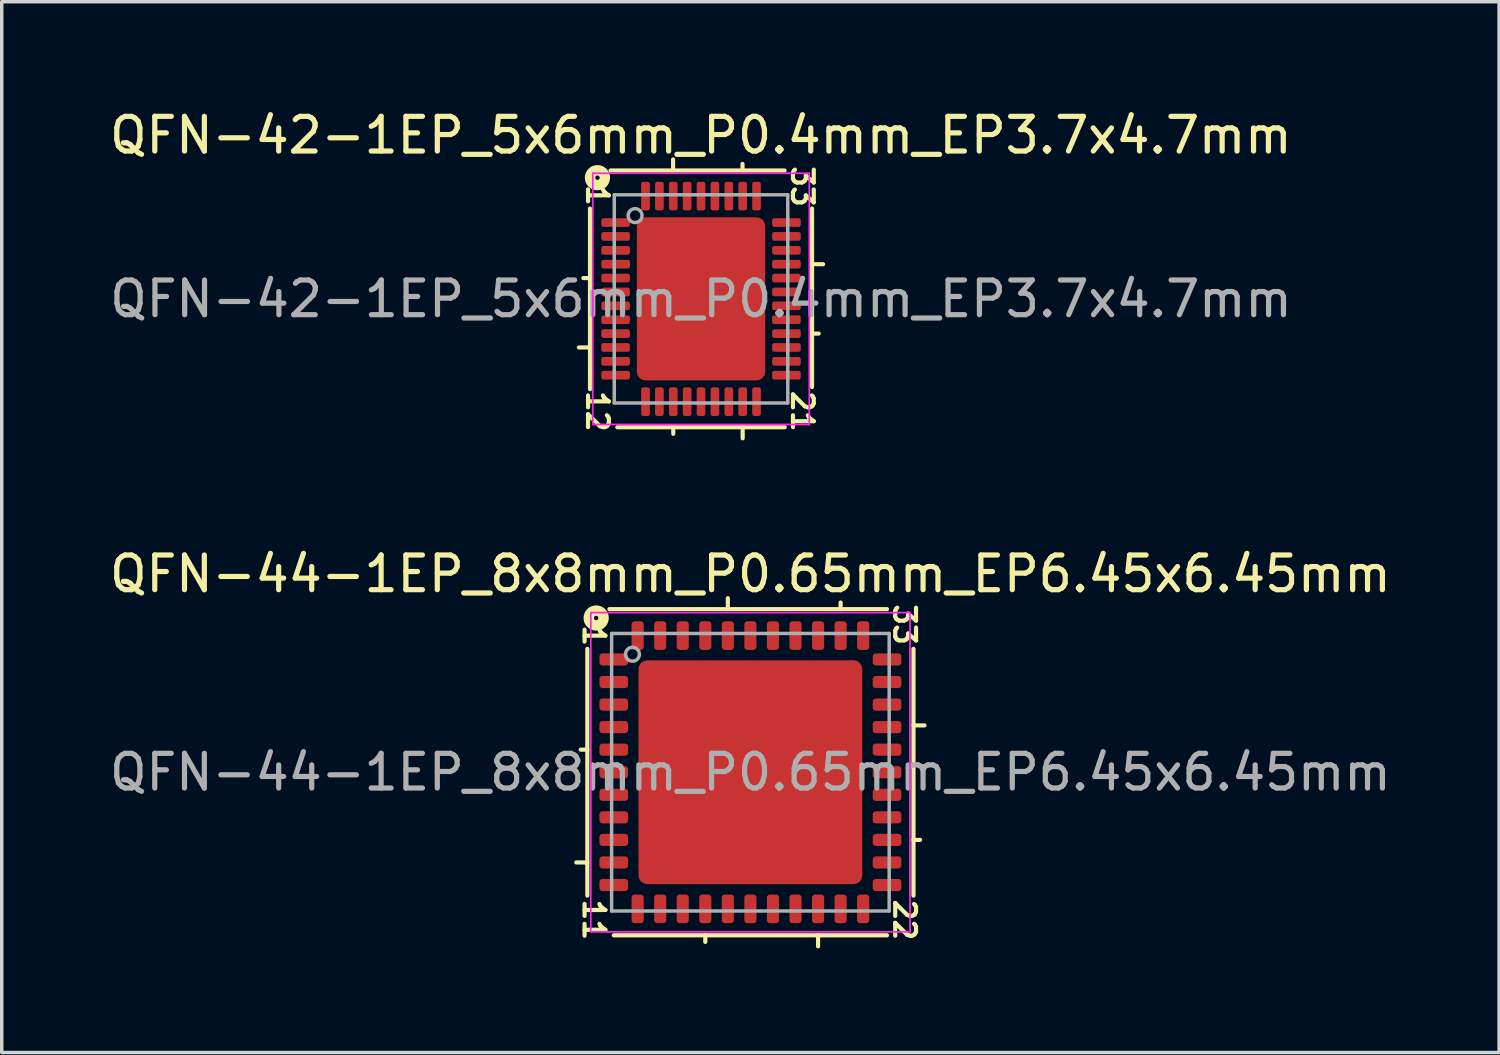
<source format=kicad_pcb>
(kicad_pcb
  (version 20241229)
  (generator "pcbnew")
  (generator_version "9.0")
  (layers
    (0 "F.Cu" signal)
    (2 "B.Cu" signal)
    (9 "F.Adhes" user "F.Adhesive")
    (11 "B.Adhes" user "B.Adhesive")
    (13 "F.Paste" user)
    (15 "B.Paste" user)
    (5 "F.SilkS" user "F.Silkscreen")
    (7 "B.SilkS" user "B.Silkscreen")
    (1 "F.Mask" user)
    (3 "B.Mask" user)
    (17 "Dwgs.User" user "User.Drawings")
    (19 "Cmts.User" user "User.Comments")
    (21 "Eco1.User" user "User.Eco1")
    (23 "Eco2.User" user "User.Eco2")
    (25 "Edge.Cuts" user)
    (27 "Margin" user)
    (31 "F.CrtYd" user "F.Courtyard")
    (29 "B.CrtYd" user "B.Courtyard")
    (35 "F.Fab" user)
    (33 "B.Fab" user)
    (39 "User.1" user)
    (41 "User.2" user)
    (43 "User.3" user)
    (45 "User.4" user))
  (footprint "QFN-42-1EP_5x6mm_P0.4mm_EP3.7x4.7mm"
    (layer "F.Cu")
    (at 17.154 5.564)
    (property "Reference" "QFN-42-1EP_5x6mm_P0.4mm_EP3.7x4.7mm" (at -0.005 -4.716 0) (layer "F.SilkS") (effects (font (size 1 1) (thickness 0.15))))
    (attr smd)
    (fp_line (start -3.2 -2.603) (end -3.2 2.603) (stroke (width 0.12) (type solid)) (layer "F.SilkS"))
    (fp_line (start -3.2 -0.6) (end -3.39 -0.6) (stroke (width 0.12) (type solid)) (layer "F.SilkS"))
    (fp_line (start -3.2 1.4) (end -3.518 1.4) (stroke (width 0.12) (type solid)) (layer "F.SilkS"))
    (fp_line (start -2.413 3.7) (end 2.413 3.7) (stroke (width 0.12) (type solid)) (layer "F.SilkS"))
    (fp_line (start -0.805 -4.018) (end -0.805 -3.7) (stroke (width 0.12) (type solid)) (layer "F.SilkS"))
    (fp_line (start -0.8 3.7) (end -0.8 3.89) (stroke (width 0.12) (type solid)) (layer "F.SilkS"))
    (fp_line (start 1.195 -3.89) (end 1.195 -3.7) (stroke (width 0.12) (type solid)) (layer "F.SilkS"))
    (fp_line (start 1.2 3.7) (end 1.2 4.018) (stroke (width 0.12) (type solid)) (layer "F.SilkS"))
    (fp_line (start 2.408 -3.7) (end -2.608 -3.7) (stroke (width 0.12) (type solid)) (layer "F.SilkS"))
    (fp_line (start 3.2 -1) (end 3.518 -1) (stroke (width 0.12) (type solid)) (layer "F.SilkS"))
    (fp_line (start 3.2 1) (end 3.39 1) (stroke (width 0.12) (type solid)) (layer "F.SilkS"))
    (fp_line (start 3.2 2.54) (end 3.2 -2.603) (stroke (width 0.12) (type solid)) (layer "F.SilkS"))
    (fp_circle (center -2.985 -3.493) (end -2.921 -3.493) (stroke (width 0.3) (type solid)) (fill no) (layer "F.SilkS"))
    (fp_line (start -3.12 -3.62) (end -3.12 3.62) (stroke (width 0.05) (type solid)) (layer "F.CrtYd"))
    (fp_line (start -3.12 3.62) (end 3.12 3.62) (stroke (width 0.05) (type solid)) (layer "F.CrtYd"))
    (fp_line (start 3.12 -3.62) (end -3.12 -3.62) (stroke (width 0.05) (type solid)) (layer "F.CrtYd"))
    (fp_line (start 3.12 3.62) (end 3.12 -3.62) (stroke (width 0.05) (type solid)) (layer "F.CrtYd"))
    (fp_line (start -2.5 -3) (end 2.5 -3) (stroke (width 0.1) (type solid)) (layer "F.Fab"))
    (fp_line (start -2.5 3) (end -2.5 -3) (stroke (width 0.1) (type solid)) (layer "F.Fab"))
    (fp_line (start 2.5 -3) (end 2.5 3) (stroke (width 0.1) (type solid)) (layer "F.Fab"))
    (fp_line (start 2.5 3) (end -2.5 3) (stroke (width 0.1) (type solid)) (layer "F.Fab"))
    (fp_circle (center -1.9 -2.4) (end -1.7 -2.4) (stroke (width 0.1) (type solid)) (fill no) (layer "F.Fab"))
    (fp_text user "1" (at -2.985 -2.985 270) (unlocked yes) (layer "F.SilkS") (effects (font (size 0.6 0.6) (thickness 0.12))))
    (fp_text user "33" (at 2.921 -3.239 270) (unlocked yes) (layer "F.SilkS") (effects (font (size 0.6 0.6) (thickness 0.12))))
    (fp_text user "21" (at 2.921 3.239 270) (unlocked yes) (layer "F.SilkS") (effects (font (size 0.6 0.6) (thickness 0.12))))
    (fp_text user "12" (at -2.985 3.239 270) (unlocked yes) (layer "F.SilkS") (effects (font (size 0.6 0.6) (thickness 0.12))))
    (fp_text user "${REFERENCE}" (at 0 0 0) (layer "F.Fab") (effects (font (size 1 1) (thickness 0.15))))
    (pad "" smd roundrect (at -1.23 -1.77) (size 0.99 0.95) (layers "F.Paste") (roundrect_rratio 0.25))
    (pad "" smd roundrect (at -1.23 -0.59) (size 0.99 0.95) (layers "F.Paste") (roundrect_rratio 0.25))
    (pad "" smd roundrect (at -1.23 0.59) (size 0.99 0.95) (layers "F.Paste") (roundrect_rratio 0.25))
    (pad "" smd roundrect (at -1.23 1.77) (size 0.99 0.95) (layers "F.Paste") (roundrect_rratio 0.25))
    (pad "" smd roundrect (at 0 -1.77) (size 0.99 0.95) (layers "F.Paste") (roundrect_rratio 0.25))
    (pad "" smd roundrect (at 0 -0.59) (size 0.99 0.95) (layers "F.Paste") (roundrect_rratio 0.25))
    (pad "" smd roundrect (at 0 0.59) (size 0.99 0.95) (layers "F.Paste") (roundrect_rratio 0.25))
    (pad "" smd roundrect (at 0 1.77) (size 0.99 0.95) (layers "F.Paste") (roundrect_rratio 0.25))
    (pad "" smd roundrect (at 1.23 -1.77) (size 0.99 0.95) (layers "F.Paste") (roundrect_rratio 0.25))
    (pad "" smd roundrect (at 1.23 -0.59) (size 0.99 0.95) (layers "F.Paste") (roundrect_rratio 0.25))
    (pad "" smd roundrect (at 1.23 0.59) (size 0.99 0.95) (layers "F.Paste") (roundrect_rratio 0.25))
    (pad "" smd roundrect (at 1.23 1.77) (size 0.99 0.95) (layers "F.Paste") (roundrect_rratio 0.25))
    (pad "1" smd roundrect (at -2.462 -2.2) (size 0.825 0.25) (layers "F.Cu" "F.Mask" "F.Paste") (roundrect_rratio 0.25))
    (pad "2" smd roundrect (at -2.462 -1.8) (size 0.825 0.25) (layers "F.Cu" "F.Mask" "F.Paste") (roundrect_rratio 0.25))
    (pad "3" smd roundrect (at -2.462 -1.4) (size 0.825 0.25) (layers "F.Cu" "F.Mask" "F.Paste") (roundrect_rratio 0.25))
    (pad "4" smd roundrect (at -2.462 -1) (size 0.825 0.25) (layers "F.Cu" "F.Mask" "F.Paste") (roundrect_rratio 0.25))
    (pad "5" smd roundrect (at -2.462 -0.6) (size 0.825 0.25) (layers "F.Cu" "F.Mask" "F.Paste") (roundrect_rratio 0.25))
    (pad "6" smd roundrect (at -2.462 -0.2) (size 0.825 0.25) (layers "F.Cu" "F.Mask" "F.Paste") (roundrect_rratio 0.25))
    (pad "7" smd roundrect (at -2.462 0.2) (size 0.825 0.25) (layers "F.Cu" "F.Mask" "F.Paste") (roundrect_rratio 0.25))
    (pad "8" smd roundrect (at -2.462 0.6) (size 0.825 0.25) (layers "F.Cu" "F.Mask" "F.Paste") (roundrect_rratio 0.25))
    (pad "9" smd roundrect (at -2.462 1) (size 0.825 0.25) (layers "F.Cu" "F.Mask" "F.Paste") (roundrect_rratio 0.25))
    (pad "10" smd roundrect (at -2.462 1.4) (size 0.825 0.25) (layers "F.Cu" "F.Mask" "F.Paste") (roundrect_rratio 0.25))
    (pad "11" smd roundrect (at -2.462 1.8) (size 0.825 0.25) (layers "F.Cu" "F.Mask" "F.Paste") (roundrect_rratio 0.25))
    (pad "12" smd roundrect (at -2.462 2.2) (size 0.825 0.25) (layers "F.Cu" "F.Mask" "F.Paste") (roundrect_rratio 0.25))
    (pad "13" smd roundrect (at -1.6 2.962) (size 0.25 0.825) (layers "F.Cu" "F.Mask" "F.Paste") (roundrect_rratio 0.25))
    (pad "14" smd roundrect (at -1.2 2.962) (size 0.25 0.825) (layers "F.Cu" "F.Mask" "F.Paste") (roundrect_rratio 0.25))
    (pad "15" smd roundrect (at -0.8 2.962) (size 0.25 0.825) (layers "F.Cu" "F.Mask" "F.Paste") (roundrect_rratio 0.25))
    (pad "16" smd roundrect (at -0.4 2.962) (size 0.25 0.825) (layers "F.Cu" "F.Mask" "F.Paste") (roundrect_rratio 0.25))
    (pad "17" smd roundrect (at 0 2.962) (size 0.25 0.825) (layers "F.Cu" "F.Mask" "F.Paste") (roundrect_rratio 0.25))
    (pad "18" smd roundrect (at 0.4 2.962) (size 0.25 0.825) (layers "F.Cu" "F.Mask" "F.Paste") (roundrect_rratio 0.25))
    (pad "19" smd roundrect (at 0.8 2.962) (size 0.25 0.825) (layers "F.Cu" "F.Mask" "F.Paste") (roundrect_rratio 0.25))
    (pad "20" smd roundrect (at 1.2 2.962) (size 0.25 0.825) (layers "F.Cu" "F.Mask" "F.Paste") (roundrect_rratio 0.25))
    (pad "21" smd roundrect (at 1.6 2.962) (size 0.25 0.825) (layers "F.Cu" "F.Mask" "F.Paste") (roundrect_rratio 0.25))
    (pad "22" smd roundrect (at 2.462 2.2) (size 0.825 0.25) (layers "F.Cu" "F.Mask" "F.Paste") (roundrect_rratio 0.25))
    (pad "23" smd roundrect (at 2.462 1.8) (size 0.825 0.25) (layers "F.Cu" "F.Mask" "F.Paste") (roundrect_rratio 0.25))
    (pad "24" smd roundrect (at 2.462 1.4) (size 0.825 0.25) (layers "F.Cu" "F.Mask" "F.Paste") (roundrect_rratio 0.25))
    (pad "25" smd roundrect (at 2.462 1) (size 0.825 0.25) (layers "F.Cu" "F.Mask" "F.Paste") (roundrect_rratio 0.25))
    (pad "26" smd roundrect (at 2.462 0.6) (size 0.825 0.25) (layers "F.Cu" "F.Mask" "F.Paste") (roundrect_rratio 0.25))
    (pad "27" smd roundrect (at 2.462 0.2) (size 0.825 0.25) (layers "F.Cu" "F.Mask" "F.Paste") (roundrect_rratio 0.25))
    (pad "28" smd roundrect (at 2.462 -0.2) (size 0.825 0.25) (layers "F.Cu" "F.Mask" "F.Paste") (roundrect_rratio 0.25))
    (pad "29" smd roundrect (at 2.462 -0.6) (size 0.825 0.25) (layers "F.Cu" "F.Mask" "F.Paste") (roundrect_rratio 0.25))
    (pad "30" smd roundrect (at 2.462 -1) (size 0.825 0.25) (layers "F.Cu" "F.Mask" "F.Paste") (roundrect_rratio 0.25))
    (pad "31" smd roundrect (at 2.462 -1.4) (size 0.825 0.25) (layers "F.Cu" "F.Mask" "F.Paste") (roundrect_rratio 0.25))
    (pad "32" smd roundrect (at 2.462 -1.8) (size 0.825 0.25) (layers "F.Cu" "F.Mask" "F.Paste") (roundrect_rratio 0.25))
    (pad "33" smd roundrect (at 2.462 -2.2) (size 0.825 0.25) (layers "F.Cu" "F.Mask" "F.Paste") (roundrect_rratio 0.25))
    (pad "34" smd roundrect (at 1.6 -2.962) (size 0.25 0.825) (layers "F.Cu" "F.Mask" "F.Paste") (roundrect_rratio 0.25))
    (pad "35" smd roundrect (at 1.2 -2.962) (size 0.25 0.825) (layers "F.Cu" "F.Mask" "F.Paste") (roundrect_rratio 0.25))
    (pad "36" smd roundrect (at 0.8 -2.962) (size 0.25 0.825) (layers "F.Cu" "F.Mask" "F.Paste") (roundrect_rratio 0.25))
    (pad "37" smd roundrect (at 0.4 -2.962) (size 0.25 0.825) (layers "F.Cu" "F.Mask" "F.Paste") (roundrect_rratio 0.25))
    (pad "38" smd roundrect (at 0 -2.962) (size 0.25 0.825) (layers "F.Cu" "F.Mask" "F.Paste") (roundrect_rratio 0.25))
    (pad "39" smd roundrect (at -0.4 -2.962) (size 0.25 0.825) (layers "F.Cu" "F.Mask" "F.Paste") (roundrect_rratio 0.25))
    (pad "40" smd roundrect (at -0.8 -2.962) (size 0.25 0.825) (layers "F.Cu" "F.Mask" "F.Paste") (roundrect_rratio 0.25))
    (pad "41" smd roundrect (at -1.2 -2.962) (size 0.25 0.825) (layers "F.Cu" "F.Mask" "F.Paste") (roundrect_rratio 0.25))
    (pad "42" smd roundrect (at -1.6 -2.962) (size 0.25 0.825) (layers "F.Cu" "F.Mask" "F.Paste") (roundrect_rratio 0.25))
    (pad "43" smd roundrect (at 0 0) (size 3.7 4.7) (layers "F.Cu" "F.Mask") (roundrect_rratio 0.068)))
  (footprint "QFN-44-1EP_8x8mm_P0.65mm_EP6.45x6.45mm"
    (layer "F.Cu")
    (at 18.577 19.206)
    (property "Reference" "QFN-44-1EP_8x8mm_P0.65mm_EP6.45x6.45mm" (at 0 -5.716 0) (layer "F.SilkS") (effects (font (size 1 1) (thickness 0.15))))
    (attr smd)
    (fp_line (start -4.7 -3.556) (end -4.7 3.556) (stroke (width 0.12) (type solid)) (layer "F.SilkS"))
    (fp_line (start -4.7 -0.65) (end -4.891 -0.65) (stroke (width 0.12) (type solid)) (layer "F.SilkS"))
    (fp_line (start -4.7 2.6) (end -5.018 2.6) (stroke (width 0.12) (type solid)) (layer "F.SilkS"))
    (fp_line (start -3.937 4.7) (end 3.937 4.7) (stroke (width 0.12) (type solid)) (layer "F.SilkS"))
    (fp_line (start -1.3 4.7) (end -1.3 4.891) (stroke (width 0.12) (type solid)) (layer "F.SilkS"))
    (fp_line (start -0.65 -4.7) (end -0.65 -5.018) (stroke (width 0.12) (type solid)) (layer "F.SilkS"))
    (fp_line (start 1.95 4.7) (end 1.95 5.018) (stroke (width 0.12) (type solid)) (layer "F.SilkS"))
    (fp_line (start 2.6 -4.7) (end 2.6 -4.891) (stroke (width 0.12) (type solid)) (layer "F.SilkS"))
    (fp_line (start 3.937 -4.7) (end -4.064 -4.7) (stroke (width 0.12) (type solid)) (layer "F.SilkS"))
    (fp_line (start 4.7 -1.35) (end 5.018 -1.35) (stroke (width 0.12) (type solid)) (layer "F.SilkS"))
    (fp_line (start 4.7 1.95) (end 4.891 1.95) (stroke (width 0.12) (type solid)) (layer "F.SilkS"))
    (fp_line (start 4.7 3.556) (end 4.7 -3.556) (stroke (width 0.12) (type solid)) (layer "F.SilkS"))
    (fp_circle (center -4.445 -4.445) (end -4.381 -4.445) (stroke (width 0.3) (type solid)) (fill no) (layer "F.SilkS"))
    (fp_line (start -4.6 -4.6) (end -4.6 4.6) (stroke (width 0.05) (type solid)) (layer "F.CrtYd"))
    (fp_line (start -4.6 4.6) (end 4.6 4.6) (stroke (width 0.05) (type solid)) (layer "F.CrtYd"))
    (fp_line (start 4.6 -4.6) (end -4.6 -4.6) (stroke (width 0.05) (type solid)) (layer "F.CrtYd"))
    (fp_line (start 4.6 4.6) (end 4.6 -4.6) (stroke (width 0.05) (type solid)) (layer "F.CrtYd"))
    (fp_line (start -4 -4) (end 4 -4) (stroke (width 0.1) (type solid)) (layer "F.Fab"))
    (fp_line (start -4 4) (end -4 -4) (stroke (width 0.1) (type solid)) (layer "F.Fab"))
    (fp_line (start 4 -4) (end 4 4) (stroke (width 0.1) (type solid)) (layer "F.Fab"))
    (fp_line (start 4 4) (end -4 4) (stroke (width 0.1) (type solid)) (layer "F.Fab"))
    (fp_circle (center -3.4 -3.4) (end -3.2 -3.4) (stroke (width 0.1) (type solid)) (fill no) (layer "F.Fab"))
    (fp_text user "33" (at 4.445 -4.255 270) (unlocked yes) (layer "F.SilkS") (effects (font (size 0.6 0.6) (thickness 0.12))))
    (fp_text user "1" (at -4.508 -3.937 270) (unlocked yes) (layer "F.SilkS") (effects (font (size 0.6 0.6) (thickness 0.12))))
    (fp_text user "11" (at -4.508 4.255 270) (unlocked yes) (layer "F.SilkS") (effects (font (size 0.6 0.6) (thickness 0.12))))
    (fp_text user "22" (at 4.445 4.255 270) (unlocked yes) (layer "F.SilkS") (effects (font (size 0.6 0.6) (thickness 0.12))))
    (fp_text user "${REFERENCE}" (at 0 0 0) (layer "F.Fab") (effects (font (size 1 1) (thickness 0.15))))
    (pad "" smd roundrect (at -2.58 -2.58) (size 1.04 1.04) (layers "F.Paste") (roundrect_rratio 0.24))
    (pad "" smd roundrect (at -2.58 -1.29) (size 1.04 1.04) (layers "F.Paste") (roundrect_rratio 0.24))
    (pad "" smd roundrect (at -2.58 0) (size 1.04 1.04) (layers "F.Paste") (roundrect_rratio 0.24))
    (pad "" smd roundrect (at -2.58 1.29) (size 1.04 1.04) (layers "F.Paste") (roundrect_rratio 0.24))
    (pad "" smd roundrect (at -2.58 2.58) (size 1.04 1.04) (layers "F.Paste") (roundrect_rratio 0.24))
    (pad "" smd roundrect (at -1.29 -2.58) (size 1.04 1.04) (layers "F.Paste") (roundrect_rratio 0.24))
    (pad "" smd roundrect (at -1.29 -1.29) (size 1.04 1.04) (layers "F.Paste") (roundrect_rratio 0.24))
    (pad "" smd roundrect (at -1.29 0) (size 1.04 1.04) (layers "F.Paste") (roundrect_rratio 0.24))
    (pad "" smd roundrect (at -1.29 1.29) (size 1.04 1.04) (layers "F.Paste") (roundrect_rratio 0.24))
    (pad "" smd roundrect (at -1.29 2.58) (size 1.04 1.04) (layers "F.Paste") (roundrect_rratio 0.24))
    (pad "" smd roundrect (at 0 -2.58) (size 1.04 1.04) (layers "F.Paste") (roundrect_rratio 0.24))
    (pad "" smd roundrect (at 0 -1.29) (size 1.04 1.04) (layers "F.Paste") (roundrect_rratio 0.24))
    (pad "" smd roundrect (at 0 0) (size 1.04 1.04) (layers "F.Paste") (roundrect_rratio 0.24))
    (pad "" smd roundrect (at 0 1.29) (size 1.04 1.04) (layers "F.Paste") (roundrect_rratio 0.24))
    (pad "" smd roundrect (at 0 2.58) (size 1.04 1.04) (layers "F.Paste") (roundrect_rratio 0.24))
    (pad "" smd roundrect (at 1.29 -2.58) (size 1.04 1.04) (layers "F.Paste") (roundrect_rratio 0.24))
    (pad "" smd roundrect (at 1.29 -1.29) (size 1.04 1.04) (layers "F.Paste") (roundrect_rratio 0.24))
    (pad "" smd roundrect (at 1.29 0) (size 1.04 1.04) (layers "F.Paste") (roundrect_rratio 0.24))
    (pad "" smd roundrect (at 1.29 1.29) (size 1.04 1.04) (layers "F.Paste") (roundrect_rratio 0.24))
    (pad "" smd roundrect (at 1.29 2.58) (size 1.04 1.04) (layers "F.Paste") (roundrect_rratio 0.24))
    (pad "" smd roundrect (at 2.58 -2.58) (size 1.04 1.04) (layers "F.Paste") (roundrect_rratio 0.24))
    (pad "" smd roundrect (at 2.58 -1.29) (size 1.04 1.04) (layers "F.Paste") (roundrect_rratio 0.24))
    (pad "" smd roundrect (at 2.58 0) (size 1.04 1.04) (layers "F.Paste") (roundrect_rratio 0.24))
    (pad "" smd roundrect (at 2.58 1.29) (size 1.04 1.04) (layers "F.Paste") (roundrect_rratio 0.24))
    (pad "" smd roundrect (at 2.58 2.58) (size 1.04 1.04) (layers "F.Paste") (roundrect_rratio 0.24))
    (pad "1" smd roundrect (at -3.938 -3.25) (size 0.825 0.35) (layers "F.Cu" "F.Mask" "F.Paste") (roundrect_rratio 0.25))
    (pad "2" smd roundrect (at -3.938 -2.6) (size 0.825 0.35) (layers "F.Cu" "F.Mask" "F.Paste") (roundrect_rratio 0.25))
    (pad "3" smd roundrect (at -3.938 -1.95) (size 0.825 0.35) (layers "F.Cu" "F.Mask" "F.Paste") (roundrect_rratio 0.25))
    (pad "4" smd roundrect (at -3.938 -1.3) (size 0.825 0.35) (layers "F.Cu" "F.Mask" "F.Paste") (roundrect_rratio 0.25))
    (pad "5" smd roundrect (at -3.938 -0.65) (size 0.825 0.35) (layers "F.Cu" "F.Mask" "F.Paste") (roundrect_rratio 0.25))
    (pad "6" smd roundrect (at -3.938 0) (size 0.825 0.35) (layers "F.Cu" "F.Mask" "F.Paste") (roundrect_rratio 0.25))
    (pad "7" smd roundrect (at -3.938 0.65) (size 0.825 0.35) (layers "F.Cu" "F.Mask" "F.Paste") (roundrect_rratio 0.25))
    (pad "8" smd roundrect (at -3.938 1.3) (size 0.825 0.35) (layers "F.Cu" "F.Mask" "F.Paste") (roundrect_rratio 0.25))
    (pad "9" smd roundrect (at -3.938 1.95) (size 0.825 0.35) (layers "F.Cu" "F.Mask" "F.Paste") (roundrect_rratio 0.25))
    (pad "10" smd roundrect (at -3.938 2.6) (size 0.825 0.35) (layers "F.Cu" "F.Mask" "F.Paste") (roundrect_rratio 0.25))
    (pad "11" smd roundrect (at -3.938 3.25) (size 0.825 0.35) (layers "F.Cu" "F.Mask" "F.Paste") (roundrect_rratio 0.25))
    (pad "12" smd roundrect (at -3.25 3.938) (size 0.35 0.825) (layers "F.Cu" "F.Mask" "F.Paste") (roundrect_rratio 0.25))
    (pad "13" smd roundrect (at -2.6 3.938) (size 0.35 0.825) (layers "F.Cu" "F.Mask" "F.Paste") (roundrect_rratio 0.25))
    (pad "14" smd roundrect (at -1.95 3.938) (size 0.35 0.825) (layers "F.Cu" "F.Mask" "F.Paste") (roundrect_rratio 0.25))
    (pad "15" smd roundrect (at -1.3 3.938) (size 0.35 0.825) (layers "F.Cu" "F.Mask" "F.Paste") (roundrect_rratio 0.25))
    (pad "16" smd roundrect (at -0.65 3.938) (size 0.35 0.825) (layers "F.Cu" "F.Mask" "F.Paste") (roundrect_rratio 0.25))
    (pad "17" smd roundrect (at 0 3.938) (size 0.35 0.825) (layers "F.Cu" "F.Mask" "F.Paste") (roundrect_rratio 0.25))
    (pad "18" smd roundrect (at 0.65 3.938) (size 0.35 0.825) (layers "F.Cu" "F.Mask" "F.Paste") (roundrect_rratio 0.25))
    (pad "19" smd roundrect (at 1.3 3.938) (size 0.35 0.825) (layers "F.Cu" "F.Mask" "F.Paste") (roundrect_rratio 0.25))
    (pad "20" smd roundrect (at 1.95 3.938) (size 0.35 0.825) (layers "F.Cu" "F.Mask" "F.Paste") (roundrect_rratio 0.25))
    (pad "21" smd roundrect (at 2.6 3.938) (size 0.35 0.825) (layers "F.Cu" "F.Mask" "F.Paste") (roundrect_rratio 0.25))
    (pad "22" smd roundrect (at 3.25 3.938) (size 0.35 0.825) (layers "F.Cu" "F.Mask" "F.Paste") (roundrect_rratio 0.25))
    (pad "23" smd roundrect (at 3.938 3.25) (size 0.825 0.35) (layers "F.Cu" "F.Mask" "F.Paste") (roundrect_rratio 0.25))
    (pad "24" smd roundrect (at 3.938 2.6) (size 0.825 0.35) (layers "F.Cu" "F.Mask" "F.Paste") (roundrect_rratio 0.25))
    (pad "25" smd roundrect (at 3.938 1.95) (size 0.825 0.35) (layers "F.Cu" "F.Mask" "F.Paste") (roundrect_rratio 0.25))
    (pad "26" smd roundrect (at 3.938 1.3) (size 0.825 0.35) (layers "F.Cu" "F.Mask" "F.Paste") (roundrect_rratio 0.25))
    (pad "27" smd roundrect (at 3.938 0.65) (size 0.825 0.35) (layers "F.Cu" "F.Mask" "F.Paste") (roundrect_rratio 0.25))
    (pad "28" smd roundrect (at 3.938 0) (size 0.825 0.35) (layers "F.Cu" "F.Mask" "F.Paste") (roundrect_rratio 0.25))
    (pad "29" smd roundrect (at 3.938 -0.65) (size 0.825 0.35) (layers "F.Cu" "F.Mask" "F.Paste") (roundrect_rratio 0.25))
    (pad "30" smd roundrect (at 3.938 -1.3) (size 0.825 0.35) (layers "F.Cu" "F.Mask" "F.Paste") (roundrect_rratio 0.25))
    (pad "31" smd roundrect (at 3.938 -1.95) (size 0.825 0.35) (layers "F.Cu" "F.Mask" "F.Paste") (roundrect_rratio 0.25))
    (pad "32" smd roundrect (at 3.938 -2.6) (size 0.825 0.35) (layers "F.Cu" "F.Mask" "F.Paste") (roundrect_rratio 0.25))
    (pad "33" smd roundrect (at 3.938 -3.25) (size 0.825 0.35) (layers "F.Cu" "F.Mask" "F.Paste") (roundrect_rratio 0.25))
    (pad "34" smd roundrect (at 3.25 -3.938) (size 0.35 0.825) (layers "F.Cu" "F.Mask" "F.Paste") (roundrect_rratio 0.25))
    (pad "35" smd roundrect (at 2.6 -3.938) (size 0.35 0.825) (layers "F.Cu" "F.Mask" "F.Paste") (roundrect_rratio 0.25))
    (pad "36" smd roundrect (at 1.95 -3.938) (size 0.35 0.825) (layers "F.Cu" "F.Mask" "F.Paste") (roundrect_rratio 0.25))
    (pad "37" smd roundrect (at 1.3 -3.938) (size 0.35 0.825) (layers "F.Cu" "F.Mask" "F.Paste") (roundrect_rratio 0.25))
    (pad "38" smd roundrect (at 0.65 -3.938) (size 0.35 0.825) (layers "F.Cu" "F.Mask" "F.Paste") (roundrect_rratio 0.25))
    (pad "39" smd roundrect (at 0 -3.938) (size 0.35 0.825) (layers "F.Cu" "F.Mask" "F.Paste") (roundrect_rratio 0.25))
    (pad "40" smd roundrect (at -0.65 -3.938) (size 0.35 0.825) (layers "F.Cu" "F.Mask" "F.Paste") (roundrect_rratio 0.25))
    (pad "41" smd roundrect (at -1.3 -3.938) (size 0.35 0.825) (layers "F.Cu" "F.Mask" "F.Paste") (roundrect_rratio 0.25))
    (pad "42" smd roundrect (at -1.95 -3.938) (size 0.35 0.825) (layers "F.Cu" "F.Mask" "F.Paste") (roundrect_rratio 0.25))
    (pad "43" smd roundrect (at -2.6 -3.938) (size 0.35 0.825) (layers "F.Cu" "F.Mask" "F.Paste") (roundrect_rratio 0.25))
    (pad "44" smd roundrect (at -3.25 -3.938) (size 0.35 0.825) (layers "F.Cu" "F.Mask" "F.Paste") (roundrect_rratio 0.25))
    (pad "45" smd roundrect (at 0 0) (size 6.45 6.45) (layers "F.Cu" "F.Mask") (roundrect_rratio 0.039)))
  (gr_rect
    (start -3 -3)
    (end 40.155 27.284)
    (stroke (width 0.1) (type default))
    (fill no)
    (layer "Edge.Cuts")))
</source>
